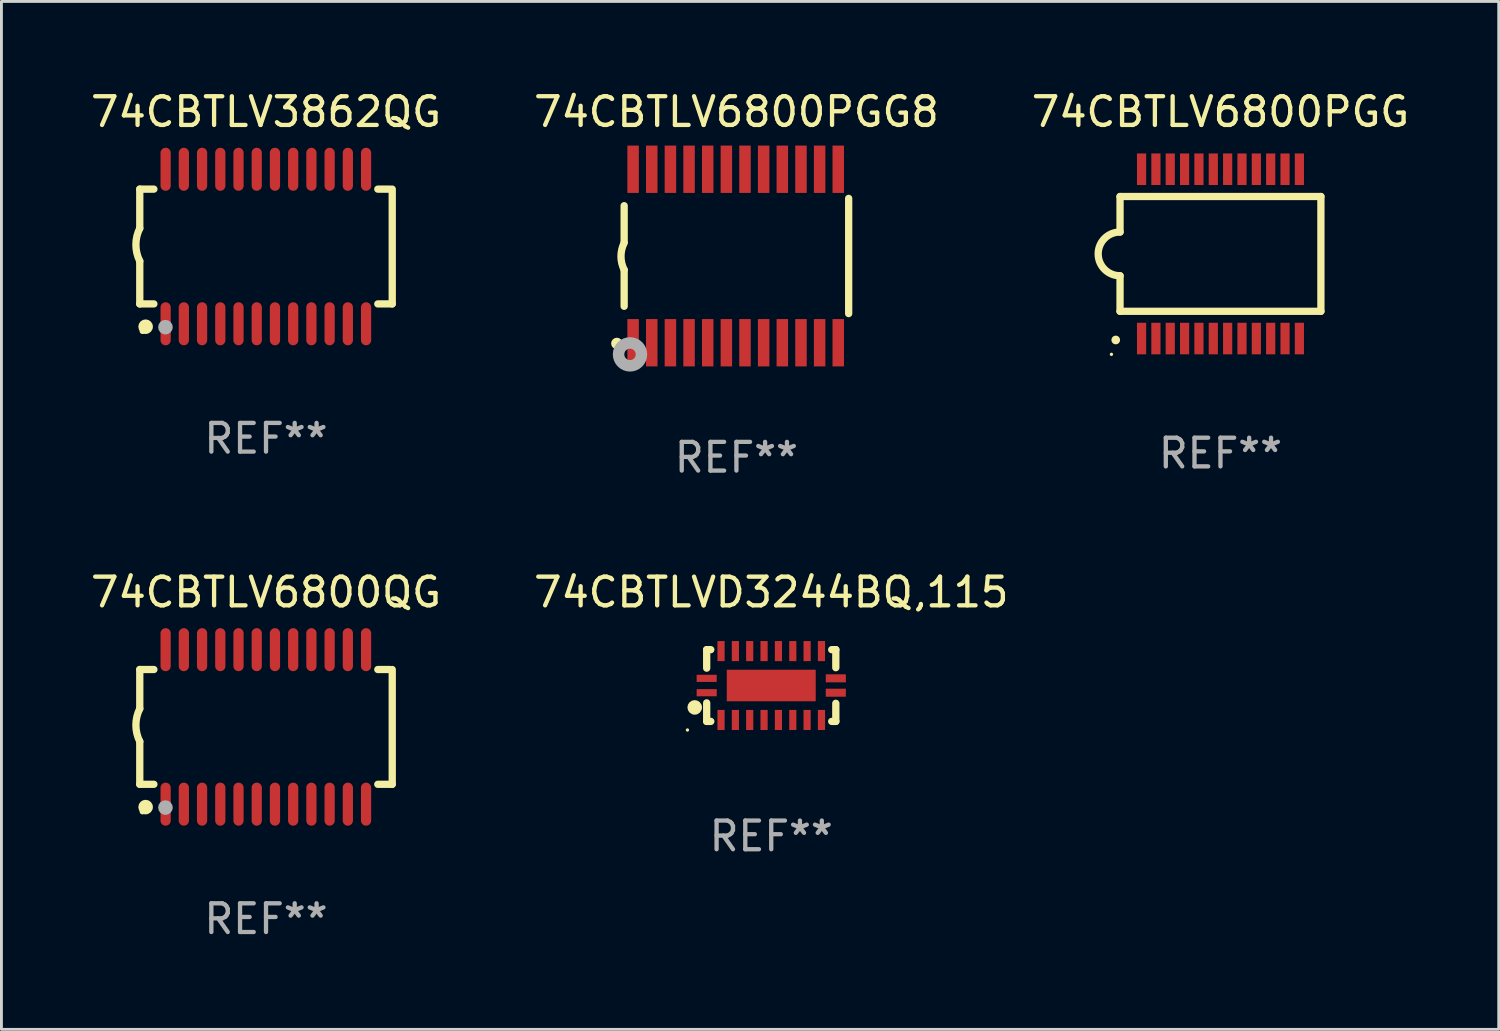
<source format=kicad_pcb>
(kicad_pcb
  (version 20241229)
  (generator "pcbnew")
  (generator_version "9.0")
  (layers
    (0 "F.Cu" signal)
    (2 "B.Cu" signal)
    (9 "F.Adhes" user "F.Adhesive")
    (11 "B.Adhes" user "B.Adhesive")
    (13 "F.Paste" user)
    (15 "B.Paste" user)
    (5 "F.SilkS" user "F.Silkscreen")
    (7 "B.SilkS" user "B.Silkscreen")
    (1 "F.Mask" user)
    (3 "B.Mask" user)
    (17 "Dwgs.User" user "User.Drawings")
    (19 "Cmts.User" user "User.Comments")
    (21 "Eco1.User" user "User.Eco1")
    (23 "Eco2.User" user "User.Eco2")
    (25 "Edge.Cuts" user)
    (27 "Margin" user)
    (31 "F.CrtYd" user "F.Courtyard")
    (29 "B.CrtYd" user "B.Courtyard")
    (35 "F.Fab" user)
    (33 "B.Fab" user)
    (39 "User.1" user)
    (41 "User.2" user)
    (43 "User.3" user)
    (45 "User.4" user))
  (footprint "74CBTLVD3244BQ,115"
    (layer "F.Cu")
    (at 23.827 20.84)
    (property "Reference" "74CBTLVD3244BQ,115" (at 0 -3.25 0) (layer "F.SilkS") (effects (font (size 1 1) (thickness 0.15))))
    (attr through_hole)
    (fp_line (start -2.25 0.605) (end -2.25 1.25) (stroke (width 0.254) (type solid)) (layer "F.SilkS"))
    (fp_line (start -2.25 1.25) (end -2.107 1.25) (stroke (width 0.254) (type solid)) (layer "F.SilkS"))
    (fp_line (start -2.25 -1.25) (end -2.25 -0.606) (stroke (width 0.254) (type solid)) (layer "F.SilkS"))
    (fp_line (start -2.25 -1.25) (end -2.107 -1.25) (stroke (width 0.254) (type solid)) (layer "F.SilkS"))
    (fp_line (start 2.107 -1.25) (end 2.25 -1.25) (stroke (width 0.254) (type solid)) (layer "F.SilkS"))
    (fp_line (start 2.107 1.25) (end 2.25 1.25) (stroke (width 0.254) (type solid)) (layer "F.SilkS"))
    (fp_line (start 2.25 -1.25) (end 2.25 -0.622) (stroke (width 0.254) (type solid)) (layer "F.SilkS"))
    (fp_line (start 2.25 0.62) (end 2.25 1.25) (stroke (width 0.254) (type solid)) (layer "F.SilkS"))
    (fp_circle (center -2.921 1.55) (end -2.891 1.55) (stroke (width 0.06) (type solid)) (fill no) (layer "F.SilkS"))
    (fp_circle (center -2.667 0.762) (end -2.54 0.762) (stroke (width 0.254) (type solid)) (fill no) (layer "F.SilkS"))
    (fp_text user "REF**" (at 0 5.25 0) (layer "F.Fab") (effects (font (size 1 1) (thickness 0.15))))
    (pad "1" smd rect (at -2.25 0.25 180) (size 0.7 0.25) (layers "F.Cu" "F.Mask" "F.Paste"))
    (pad "2" smd rect (at -1.75 1.2 90) (size 0.7 0.25) (layers "F.Cu" "F.Mask" "F.Paste"))
    (pad "3" smd rect (at -1.25 1.2 90) (size 0.7 0.25) (layers "F.Cu" "F.Mask" "F.Paste"))
    (pad "4" smd rect (at -0.751 1.2 90) (size 0.7 0.25) (layers "F.Cu" "F.Mask" "F.Paste"))
    (pad "5" smd rect (at -0.25 1.2 90) (size 0.7 0.25) (layers "F.Cu" "F.Mask" "F.Paste"))
    (pad "6" smd rect (at 0.25 1.2 90) (size 0.7 0.25) (layers "F.Cu" "F.Mask" "F.Paste"))
    (pad "7" smd rect (at 0.751 1.2 90) (size 0.7 0.25) (layers "F.Cu" "F.Mask" "F.Paste"))
    (pad "8" smd rect (at 1.25 1.2 90) (size 0.7 0.25) (layers "F.Cu" "F.Mask" "F.Paste"))
    (pad "9" smd rect (at 1.75 1.2 90) (size 0.7 0.25) (layers "F.Cu" "F.Mask" "F.Paste"))
    (pad "10" smd rect (at 2.25 0.25 180) (size 0.7 0.28) (layers "F.Cu" "F.Mask" "F.Paste"))
    (pad "11" smd rect (at 2.25 -0.251 180) (size 0.7 0.28) (layers "F.Cu" "F.Mask" "F.Paste"))
    (pad "12" smd rect (at 1.75 -1.2 90) (size 0.7 0.25) (layers "F.Cu" "F.Mask" "F.Paste"))
    (pad "13" smd rect (at 1.25 -1.2 90) (size 0.7 0.25) (layers "F.Cu" "F.Mask" "F.Paste"))
    (pad "14" smd rect (at 0.751 -1.2 90) (size 0.7 0.25) (layers "F.Cu" "F.Mask" "F.Paste"))
    (pad "15" smd rect (at 0.25 -1.2 90) (size 0.7 0.25) (layers "F.Cu" "F.Mask" "F.Paste"))
    (pad "16" smd rect (at -0.25 -1.2 90) (size 0.7 0.25) (layers "F.Cu" "F.Mask" "F.Paste"))
    (pad "17" smd rect (at -0.751 -1.2 90) (size 0.7 0.25) (layers "F.Cu" "F.Mask" "F.Paste"))
    (pad "18" smd rect (at -1.25 -1.2 90) (size 0.7 0.25) (layers "F.Cu" "F.Mask" "F.Paste"))
    (pad "19" smd rect (at -1.75 -1.2 90) (size 0.7 0.25) (layers "F.Cu" "F.Mask" "F.Paste"))
    (pad "20" smd rect (at -2.25 -0.25 180) (size 0.7 0.25) (layers "F.Cu" "F.Mask" "F.Paste"))
    (pad "21" smd rect (at 0 -0.001 180) (size 3.1 1.1) (layers "F.Cu" "F.Mask" "F.Paste")))
  (footprint "74CBTLV6800PGG8"
    (layer "F.Cu")
    (at 22.613 5.871)
    (property "Reference" "74CBTLV6800PGG8" (at 0 -5.023 0) (layer "F.SilkS") (effects (font (size 1 1) (thickness 0.15))))
    (attr through_hole)
    (fp_line (start -3.912 -0.483) (end -3.912 -1.753) (stroke (width 0.254) (type solid)) (layer "F.SilkS"))
    (fp_line (start -3.912 1.753) (end -3.912 0.483) (stroke (width 0.254) (type solid)) (layer "F.SilkS"))
    (fp_line (start 3.912 -2.007) (end 3.912 2.007) (stroke (width 0.254) (type solid)) (layer "F.SilkS"))
    (fp_arc (start -3.911608 0.482601) (mid -4.022537 0.0127) (end -3.911608 -0.457201) (stroke (width 0.254001) (type solid)) (layer "F.SilkS"))
    (fp_circle (center -4.166 3.048) (end -4.066 3.048) (stroke (width 0.2) (type solid)) (fill no) (layer "F.SilkS"))
    (fp_circle (center -3.925 3.186) (end -3.895 3.186) (stroke (width 0.06) (type solid)) (fill no) (layer "F.SilkS"))
    (fp_circle (center -3.708 3.429) (end -3.509 3.429) (stroke (width 0.4) (type solid)) (fill no) (layer "F.Fab"))
    (fp_text user "REF**" (at 0 7.023 0) (layer "F.Fab") (effects (font (size 1 1) (thickness 0.15))))
    (pad "1" smd rect (at -3.6 3.023) (size 0.4 1.65) (layers "F.Cu" "F.Mask" "F.Paste"))
    (pad "2" smd rect (at -2.95 3.023) (size 0.4 1.65) (layers "F.Cu" "F.Mask" "F.Paste"))
    (pad "3" smd rect (at -2.3 3.023) (size 0.4 1.65) (layers "F.Cu" "F.Mask" "F.Paste"))
    (pad "4" smd rect (at -1.65 3.023) (size 0.4 1.65) (layers "F.Cu" "F.Mask" "F.Paste"))
    (pad "5" smd rect (at -1 3.023) (size 0.4 1.65) (layers "F.Cu" "F.Mask" "F.Paste"))
    (pad "6" smd rect (at -0.35 3.023) (size 0.4 1.65) (layers "F.Cu" "F.Mask" "F.Paste"))
    (pad "7" smd rect (at 0.299 3.023) (size 0.4 1.65) (layers "F.Cu" "F.Mask" "F.Paste"))
    (pad "8" smd rect (at 0.95 3.023) (size 0.4 1.65) (layers "F.Cu" "F.Mask" "F.Paste"))
    (pad "9" smd rect (at 1.6 3.023) (size 0.4 1.65) (layers "F.Cu" "F.Mask" "F.Paste"))
    (pad "10" smd rect (at 2.25 3.023) (size 0.4 1.65) (layers "F.Cu" "F.Mask" "F.Paste"))
    (pad "11" smd rect (at 2.9 3.023) (size 0.4 1.65) (layers "F.Cu" "F.Mask" "F.Paste"))
    (pad "12" smd rect (at 3.549 3.023) (size 0.4 1.65) (layers "F.Cu" "F.Mask" "F.Paste"))
    (pad "13" smd rect (at 3.549 -3.023) (size 0.4 1.65) (layers "F.Cu" "F.Mask" "F.Paste"))
    (pad "14" smd rect (at 2.9 -3.023) (size 0.4 1.65) (layers "F.Cu" "F.Mask" "F.Paste"))
    (pad "15" smd rect (at 2.25 -3.023) (size 0.4 1.65) (layers "F.Cu" "F.Mask" "F.Paste"))
    (pad "16" smd rect (at 1.6 -3.023) (size 0.4 1.65) (layers "F.Cu" "F.Mask" "F.Paste"))
    (pad "17" smd rect (at 0.95 -3.023) (size 0.4 1.65) (layers "F.Cu" "F.Mask" "F.Paste"))
    (pad "18" smd rect (at 0.299 -3.023) (size 0.4 1.65) (layers "F.Cu" "F.Mask" "F.Paste"))
    (pad "19" smd rect (at -0.35 -3.023) (size 0.4 1.65) (layers "F.Cu" "F.Mask" "F.Paste"))
    (pad "20" smd rect (at -1 -3.023) (size 0.4 1.65) (layers "F.Cu" "F.Mask" "F.Paste"))
    (pad "21" smd rect (at -1.65 -3.023) (size 0.4 1.65) (layers "F.Cu" "F.Mask" "F.Paste"))
    (pad "22" smd rect (at -2.3 -3.023) (size 0.4 1.65) (layers "F.Cu" "F.Mask" "F.Paste"))
    (pad "23" smd rect (at -2.95 -3.023) (size 0.4 1.65) (layers "F.Cu" "F.Mask" "F.Paste"))
    (pad "24" smd rect (at -3.6 -3.023) (size 0.4 1.65) (layers "F.Cu" "F.Mask" "F.Paste")))
  (footprint "74CBTLV6800PGG"
    (layer "F.Cu")
    (at 39.482 5.798)
    (property "Reference" "74CBTLV6800PGG" (at 0 -4.95 0) (layer "F.SilkS") (effects (font (size 1 1) (thickness 0.15))))
    (attr through_hole)
    (fp_line (start -3.5 0.763) (end -3.5 2) (stroke (width 0.254) (type solid)) (layer "F.SilkS"))
    (fp_line (start -3.5 -2) (end -3.5 -0.762) (stroke (width 0.254) (type solid)) (layer "F.SilkS"))
    (fp_line (start 3.5 -2) (end -3.5 -2) (stroke (width 0.254) (type solid)) (layer "F.SilkS"))
    (fp_line (start 3.5 -2) (end 3.5 2) (stroke (width 0.254) (type solid)) (layer "F.SilkS"))
    (fp_line (start 3.5 2) (end -3.5 2) (stroke (width 0.254) (type solid)) (layer "F.SilkS"))
    (fp_arc (start -3.649886 3.001168) (mid -3.649891 2.999898) (end -3.649886 2.998628) (stroke (width 0.3) (type solid)) (layer "F.SilkS"))
    (fp_arc (start -3.499898 0.761976) (mid -4.261899 -0.000025) (end -3.499898 -0.762026) (stroke (width 0.254001) (type solid)) (layer "F.SilkS"))
    (fp_circle (center -3.8 3.5) (end -3.77 3.5) (stroke (width 0.06) (type solid)) (fill no) (layer "F.SilkS"))
    (fp_text user "REF**" (at 0 6.95 0) (layer "F.Fab") (effects (font (size 1 1) (thickness 0.15))))
    (pad "1" smd rect (at -2.75 2.95) (size 0.32 1.1) (layers "F.Cu" "F.Mask" "F.Paste"))
    (pad "2" smd rect (at -2.25 2.95) (size 0.32 1.1) (layers "F.Cu" "F.Mask" "F.Paste"))
    (pad "3" smd rect (at -1.75 2.95) (size 0.32 1.1) (layers "F.Cu" "F.Mask" "F.Paste"))
    (pad "4" smd rect (at -1.25 2.95) (size 0.32 1.1) (layers "F.Cu" "F.Mask" "F.Paste"))
    (pad "5" smd rect (at -0.75 2.95) (size 0.32 1.1) (layers "F.Cu" "F.Mask" "F.Paste"))
    (pad "6" smd rect (at -0.25 2.95) (size 0.32 1.1) (layers "F.Cu" "F.Mask" "F.Paste"))
    (pad "7" smd rect (at 0.25 2.95) (size 0.32 1.1) (layers "F.Cu" "F.Mask" "F.Paste"))
    (pad "8" smd rect (at 0.75 2.95) (size 0.32 1.1) (layers "F.Cu" "F.Mask" "F.Paste"))
    (pad "9" smd rect (at 1.25 2.95) (size 0.32 1.1) (layers "F.Cu" "F.Mask" "F.Paste"))
    (pad "10" smd rect (at 1.75 2.95) (size 0.32 1.1) (layers "F.Cu" "F.Mask" "F.Paste"))
    (pad "11" smd rect (at 2.25 2.95) (size 0.32 1.1) (layers "F.Cu" "F.Mask" "F.Paste"))
    (pad "12" smd rect (at 2.75 2.95) (size 0.32 1.1) (layers "F.Cu" "F.Mask" "F.Paste"))
    (pad "13" smd rect (at 2.75 -2.95) (size 0.32 1.1) (layers "F.Cu" "F.Mask" "F.Paste"))
    (pad "14" smd rect (at 2.25 -2.95) (size 0.32 1.1) (layers "F.Cu" "F.Mask" "F.Paste"))
    (pad "15" smd rect (at 1.75 -2.95) (size 0.32 1.1) (layers "F.Cu" "F.Mask" "F.Paste"))
    (pad "16" smd rect (at 1.25 -2.95) (size 0.32 1.1) (layers "F.Cu" "F.Mask" "F.Paste"))
    (pad "17" smd rect (at 0.75 -2.95) (size 0.32 1.1) (layers "F.Cu" "F.Mask" "F.Paste"))
    (pad "18" smd rect (at 0.25 -2.95) (size 0.32 1.1) (layers "F.Cu" "F.Mask" "F.Paste"))
    (pad "19" smd rect (at -0.25 -2.95) (size 0.32 1.1) (layers "F.Cu" "F.Mask" "F.Paste"))
    (pad "20" smd rect (at -0.75 -2.95) (size 0.32 1.1) (layers "F.Cu" "F.Mask" "F.Paste"))
    (pad "21" smd rect (at -1.25 -2.95) (size 0.32 1.1) (layers "F.Cu" "F.Mask" "F.Paste"))
    (pad "22" smd rect (at -1.75 -2.95) (size 0.32 1.1) (layers "F.Cu" "F.Mask" "F.Paste"))
    (pad "23" smd rect (at -2.25 -2.95) (size 0.32 1.1) (layers "F.Cu" "F.Mask" "F.Paste"))
    (pad "24" smd rect (at -2.75 -2.95) (size 0.32 1.1) (layers "F.Cu" "F.Mask" "F.Paste")))
  (footprint "74CBTLV6800QG"
    (layer "F.Cu")
    (at 6.22 22.282)
    (property "Reference" "74CBTLV6800QG" (at 0 -4.692 0) (layer "F.SilkS") (effects (font (size 1 1) (thickness 0.15))))
    (attr through_hole)
    (fp_line (start -4.399 -2) (end -4.399 -0.635) (stroke (width 0.254) (type solid)) (layer "F.SilkS"))
    (fp_line (start -4.399 -2) (end -3.907 -2) (stroke (width 0.254) (type solid)) (layer "F.SilkS"))
    (fp_line (start -4.399 2) (end -4.399 0.508) (stroke (width 0.254) (type solid)) (layer "F.SilkS"))
    (fp_line (start -4.399 2) (end -3.907 2) (stroke (width 0.254) (type solid)) (layer "F.SilkS"))
    (fp_line (start 3.896 -2) (end 4.313 -2) (stroke (width 0.254) (type solid)) (layer "F.SilkS"))
    (fp_line (start 3.896 2) (end 4.399 2) (stroke (width 0.254) (type solid)) (layer "F.SilkS"))
    (fp_line (start 4.399 2) (end 4.399 -2) (stroke (width 0.254) (type solid)) (layer "F.SilkS"))
    (fp_arc (start -4.399301 0.508001) (mid -4.534214 -0.0635) (end -4.399301 -0.635001) (stroke (width 0.254001) (type solid)) (layer "F.SilkS"))
    (fp_circle (center -4.305 2.95) (end -4.255 2.95) (stroke (width 0.1) (type solid)) (fill no) (layer "F.SilkS"))
    (fp_circle (center -4.196 2.794) (end -4.069 2.794) (stroke (width 0.254) (type solid)) (fill no) (layer "F.SilkS"))
    (fp_circle (center -3.505 2.81) (end -3.378 2.81) (stroke (width 0.254) (type solid)) (fill no) (layer "F.Fab"))
    (fp_text user "REF**" (at 0 6.692 0) (layer "F.Fab") (effects (font (size 1 1) (thickness 0.15))))
    (pad "1" smd oval (at -3.498 2.692 90) (size 1.5 0.356) (layers "F.Cu" "F.Mask" "F.Paste"))
    (pad "2" smd oval (at -2.863 2.692 90) (size 1.5 0.356) (layers "F.Cu" "F.Mask" "F.Paste"))
    (pad "3" smd oval (at -2.228 2.692 90) (size 1.5 0.356) (layers "F.Cu" "F.Mask" "F.Paste"))
    (pad "4" smd oval (at -1.593 2.692 90) (size 1.5 0.356) (layers "F.Cu" "F.Mask" "F.Paste"))
    (pad "5" smd oval (at -0.958 2.692 90) (size 1.5 0.356) (layers "F.Cu" "F.Mask" "F.Paste"))
    (pad "6" smd oval (at -0.323 2.692 90) (size 1.5 0.356) (layers "F.Cu" "F.Mask" "F.Paste"))
    (pad "7" smd oval (at 0.312 2.692 90) (size 1.5 0.356) (layers "F.Cu" "F.Mask" "F.Paste"))
    (pad "8" smd oval (at 0.947 2.692 90) (size 1.5 0.356) (layers "F.Cu" "F.Mask" "F.Paste"))
    (pad "9" smd oval (at 1.582 2.692 90) (size 1.5 0.356) (layers "F.Cu" "F.Mask" "F.Paste"))
    (pad "10" smd oval (at 2.217 2.692 90) (size 1.5 0.356) (layers "F.Cu" "F.Mask" "F.Paste"))
    (pad "11" smd oval (at 2.852 2.692 90) (size 1.5 0.356) (layers "F.Cu" "F.Mask" "F.Paste"))
    (pad "12" smd oval (at 3.487 2.692 90) (size 1.5 0.356) (layers "F.Cu" "F.Mask" "F.Paste"))
    (pad "13" smd oval (at 3.487 -2.692 90) (size 1.5 0.356) (layers "F.Cu" "F.Mask" "F.Paste"))
    (pad "14" smd oval (at 2.852 -2.692 90) (size 1.5 0.356) (layers "F.Cu" "F.Mask" "F.Paste"))
    (pad "15" smd oval (at 2.217 -2.692 90) (size 1.5 0.356) (layers "F.Cu" "F.Mask" "F.Paste"))
    (pad "16" smd oval (at 1.582 -2.692 90) (size 1.5 0.356) (layers "F.Cu" "F.Mask" "F.Paste"))
    (pad "17" smd oval (at 0.947 -2.692 90) (size 1.5 0.356) (layers "F.Cu" "F.Mask" "F.Paste"))
    (pad "18" smd oval (at 0.312 -2.692 90) (size 1.5 0.356) (layers "F.Cu" "F.Mask" "F.Paste"))
    (pad "19" smd oval (at -0.323 -2.692 90) (size 1.5 0.356) (layers "F.Cu" "F.Mask" "F.Paste"))
    (pad "20" smd oval (at -0.958 -2.692 90) (size 1.5 0.356) (layers "F.Cu" "F.Mask" "F.Paste"))
    (pad "21" smd oval (at -1.593 -2.692 90) (size 1.5 0.356) (layers "F.Cu" "F.Mask" "F.Paste"))
    (pad "22" smd oval (at -2.228 -2.692 90) (size 1.5 0.356) (layers "F.Cu" "F.Mask" "F.Paste"))
    (pad "23" smd oval (at -2.863 -2.692 90) (size 1.5 0.356) (layers "F.Cu" "F.Mask" "F.Paste"))
    (pad "24" smd oval (at -3.498 -2.692 90) (size 1.5 0.356) (layers "F.Cu" "F.Mask" "F.Paste")))
  (footprint "74CBTLV3862QG"
    (layer "F.Cu")
    (at 6.22 5.541)
    (property "Reference" "74CBTLV3862QG" (at 0 -4.692 0) (layer "F.SilkS") (effects (font (size 1 1) (thickness 0.15))))
    (attr through_hole)
    (fp_line (start -4.399 -2) (end -4.399 -0.635) (stroke (width 0.254) (type solid)) (layer "F.SilkS"))
    (fp_line (start -4.399 -2) (end -3.907 -2) (stroke (width 0.254) (type solid)) (layer "F.SilkS"))
    (fp_line (start -4.399 2) (end -4.399 0.508) (stroke (width 0.254) (type solid)) (layer "F.SilkS"))
    (fp_line (start -4.399 2) (end -3.907 2) (stroke (width 0.254) (type solid)) (layer "F.SilkS"))
    (fp_line (start 3.896 -2) (end 4.313 -2) (stroke (width 0.254) (type solid)) (layer "F.SilkS"))
    (fp_line (start 3.896 2) (end 4.399 2) (stroke (width 0.254) (type solid)) (layer "F.SilkS"))
    (fp_line (start 4.399 2) (end 4.399 -2) (stroke (width 0.254) (type solid)) (layer "F.SilkS"))
    (fp_arc (start -4.399301 0.508001) (mid -4.534214 -0.0635) (end -4.399301 -0.635001) (stroke (width 0.254001) (type solid)) (layer "F.SilkS"))
    (fp_circle (center -4.305 2.95) (end -4.255 2.95) (stroke (width 0.1) (type solid)) (fill no) (layer "F.SilkS"))
    (fp_circle (center -4.196 2.794) (end -4.069 2.794) (stroke (width 0.254) (type solid)) (fill no) (layer "F.SilkS"))
    (fp_circle (center -3.505 2.81) (end -3.378 2.81) (stroke (width 0.254) (type solid)) (fill no) (layer "F.Fab"))
    (fp_text user "REF**" (at 0 6.692 0) (layer "F.Fab") (effects (font (size 1 1) (thickness 0.15))))
    (pad "1" smd oval (at -3.498 2.692 90) (size 1.5 0.356) (layers "F.Cu" "F.Mask" "F.Paste"))
    (pad "2" smd oval (at -2.863 2.692 90) (size 1.5 0.356) (layers "F.Cu" "F.Mask" "F.Paste"))
    (pad "3" smd oval (at -2.228 2.692 90) (size 1.5 0.356) (layers "F.Cu" "F.Mask" "F.Paste"))
    (pad "4" smd oval (at -1.593 2.692 90) (size 1.5 0.356) (layers "F.Cu" "F.Mask" "F.Paste"))
    (pad "5" smd oval (at -0.958 2.692 90) (size 1.5 0.356) (layers "F.Cu" "F.Mask" "F.Paste"))
    (pad "6" smd oval (at -0.323 2.692 90) (size 1.5 0.356) (layers "F.Cu" "F.Mask" "F.Paste"))
    (pad "7" smd oval (at 0.312 2.692 90) (size 1.5 0.356) (layers "F.Cu" "F.Mask" "F.Paste"))
    (pad "8" smd oval (at 0.947 2.692 90) (size 1.5 0.356) (layers "F.Cu" "F.Mask" "F.Paste"))
    (pad "9" smd oval (at 1.582 2.692 90) (size 1.5 0.356) (layers "F.Cu" "F.Mask" "F.Paste"))
    (pad "10" smd oval (at 2.217 2.692 90) (size 1.5 0.356) (layers "F.Cu" "F.Mask" "F.Paste"))
    (pad "11" smd oval (at 2.852 2.692 90) (size 1.5 0.356) (layers "F.Cu" "F.Mask" "F.Paste"))
    (pad "12" smd oval (at 3.487 2.692 90) (size 1.5 0.356) (layers "F.Cu" "F.Mask" "F.Paste"))
    (pad "13" smd oval (at 3.487 -2.692 90) (size 1.5 0.356) (layers "F.Cu" "F.Mask" "F.Paste"))
    (pad "14" smd oval (at 2.852 -2.692 90) (size 1.5 0.356) (layers "F.Cu" "F.Mask" "F.Paste"))
    (pad "15" smd oval (at 2.217 -2.692 90) (size 1.5 0.356) (layers "F.Cu" "F.Mask" "F.Paste"))
    (pad "16" smd oval (at 1.582 -2.692 90) (size 1.5 0.356) (layers "F.Cu" "F.Mask" "F.Paste"))
    (pad "17" smd oval (at 0.947 -2.692 90) (size 1.5 0.356) (layers "F.Cu" "F.Mask" "F.Paste"))
    (pad "18" smd oval (at 0.312 -2.692 90) (size 1.5 0.356) (layers "F.Cu" "F.Mask" "F.Paste"))
    (pad "19" smd oval (at -0.323 -2.692 90) (size 1.5 0.356) (layers "F.Cu" "F.Mask" "F.Paste"))
    (pad "20" smd oval (at -0.958 -2.692 90) (size 1.5 0.356) (layers "F.Cu" "F.Mask" "F.Paste"))
    (pad "21" smd oval (at -1.593 -2.692 90) (size 1.5 0.356) (layers "F.Cu" "F.Mask" "F.Paste"))
    (pad "22" smd oval (at -2.228 -2.692 90) (size 1.5 0.356) (layers "F.Cu" "F.Mask" "F.Paste"))
    (pad "23" smd oval (at -2.863 -2.692 90) (size 1.5 0.356) (layers "F.Cu" "F.Mask" "F.Paste"))
    (pad "24" smd oval (at -3.498 -2.692 90) (size 1.5 0.356) (layers "F.Cu" "F.Mask" "F.Paste")))
  (gr_rect
    (start -3 -3)
    (end 49.179 32.823)
    (stroke (width 0.1) (type default))
    (fill no)
    (layer "Edge.Cuts")))
</source>
